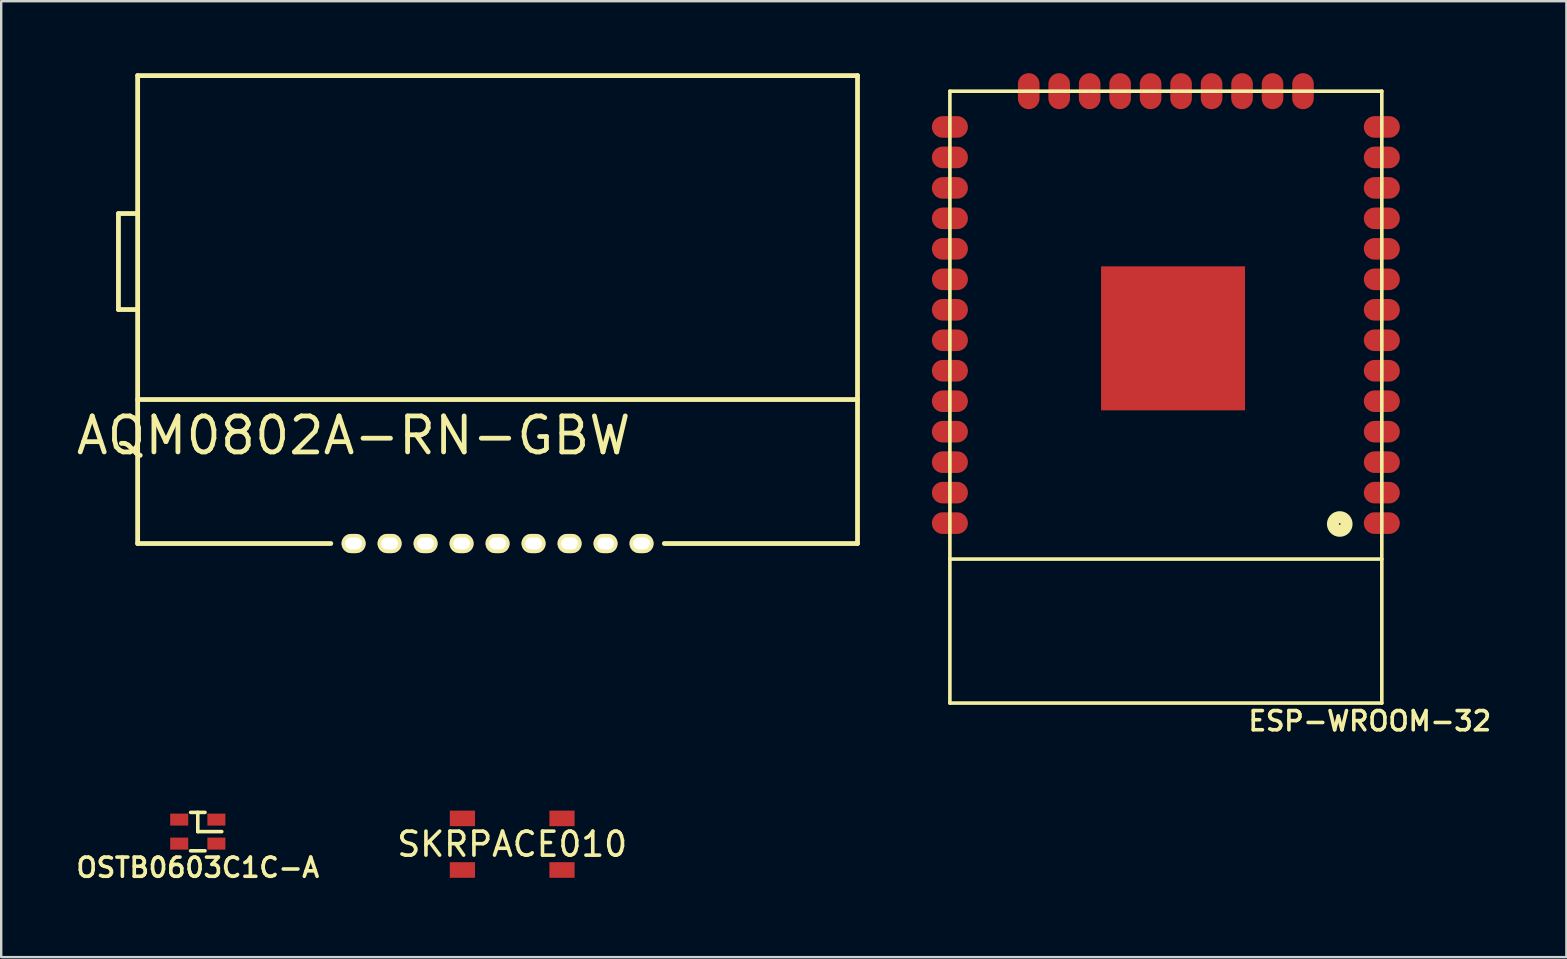
<source format=kicad_pcb>
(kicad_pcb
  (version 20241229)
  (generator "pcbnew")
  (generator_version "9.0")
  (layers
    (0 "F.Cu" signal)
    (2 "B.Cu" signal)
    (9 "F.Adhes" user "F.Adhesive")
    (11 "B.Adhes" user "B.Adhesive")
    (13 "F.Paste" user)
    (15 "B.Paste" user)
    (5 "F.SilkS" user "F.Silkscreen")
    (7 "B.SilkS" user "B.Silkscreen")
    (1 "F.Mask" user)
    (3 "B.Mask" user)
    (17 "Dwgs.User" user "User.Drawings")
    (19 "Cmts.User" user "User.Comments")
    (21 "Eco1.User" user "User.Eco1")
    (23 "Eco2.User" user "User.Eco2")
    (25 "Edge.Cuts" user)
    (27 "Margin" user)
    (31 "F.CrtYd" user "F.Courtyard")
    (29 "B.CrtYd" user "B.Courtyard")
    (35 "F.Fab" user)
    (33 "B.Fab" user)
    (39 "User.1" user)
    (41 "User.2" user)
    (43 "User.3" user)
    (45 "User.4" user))
  (footprint "SKRPACE010"
    (layer "F.Cu")
    (at 18.296 32.131)
    (property "Reference" "SKRPACE010" (at 0 0 0) (layer "F.SilkS") (effects (font (size 1 1) (thickness 0.15))))
    (attr through_hole)
    (pad "1" smd rect (at -2.075 -1.075) (size 1.05 0.65) (layers "F.Cu" "F.Mask" "F.Paste"))
    (pad "1" smd rect (at 2.075 -1.075) (size 1.05 0.65) (layers "F.Cu" "F.Mask" "F.Paste"))
    (pad "2" smd rect (at -2.075 1.075) (size 1.05 0.65) (layers "F.Cu" "F.Mask" "F.Paste"))
    (pad "2" smd rect (at 2.075 1.075) (size 1.05 0.65) (layers "F.Cu" "F.Mask" "F.Paste")))
  (footprint "OSTB0603C1C-A"
    (layer "F.Cu")
    (at 5.193 31.606)
    (property "Reference" "OSTB0603C1C-A" (at 0 1.5 0) (layer "F.SilkS") (effects (font (size 0.8 0.8) (thickness 0.15))))
    (attr through_hole)
    (fp_line (start -0.3 -0.8) (end 0.3 -0.8) (stroke (width 0.15) (type solid)) (layer "F.SilkS"))
    (fp_line (start -0.3 0.8) (end 0.3 0.8) (stroke (width 0.15) (type solid)) (layer "F.SilkS"))
    (fp_line (start 0 -0.8) (end 0 0) (stroke (width 0.15) (type solid)) (layer "F.SilkS"))
    (fp_line (start 1 0) (end 0 0) (stroke (width 0.15) (type solid)) (layer "F.SilkS"))
    (pad "1" smd rect (at 0.775 -0.5) (size 0.75 0.5) (layers "F.Cu" "F.Mask" "F.Paste"))
    (pad "2" smd rect (at 0.775 0.5) (size 0.75 0.5) (layers "F.Cu" "F.Mask" "F.Paste"))
    (pad "3" smd rect (at -0.775 -0.5) (size 0.75 0.5) (layers "F.Cu" "F.Mask" "F.Paste"))
    (pad "4" smd rect (at -0.775 0.5) (size 0.75 0.5) (layers "F.Cu" "F.Mask" "F.Paste")))
  (footprint "ESP-WROOM-32"
    (layer "F.Cu")
    (at 45.536 13.5)
    (property "Reference" "ESP-WROOM-32" (at 8.5 13.5 180) (layer "F.SilkS") (effects (font (size 0.8 0.8) (thickness 0.15))))
    (attr through_hole)
    (fp_line (start -9 -12.75) (end 9 -12.75) (stroke (width 0.15) (type solid)) (layer "F.SilkS"))
    (fp_line (start -9 6.75) (end 9 6.75) (stroke (width 0.15) (type solid)) (layer "F.SilkS"))
    (fp_line (start -9 12.75) (end -9 -12.75) (stroke (width 0.15) (type solid)) (layer "F.SilkS"))
    (fp_line (start -9 12.75) (end 9 12.75) (stroke (width 0.15) (type solid)) (layer "F.SilkS"))
    (fp_line (start 9 12.75) (end 9 -12.75) (stroke (width 0.15) (type solid)) (layer "F.SilkS"))
    (fp_circle (center 7.247 5.287) (end 7.374 5.541) (stroke (width 0.5) (type solid)) (fill no) (layer "F.SilkS"))
    (pad "1" smd oval (at 9 5.25) (size 1.5 0.9) (layers "F.Cu" "F.Mask" "F.Paste"))
    (pad "2" smd oval (at 9 3.98) (size 1.5 0.9) (layers "F.Cu" "F.Mask" "F.Paste"))
    (pad "3" smd oval (at 9 2.71) (size 1.5 0.9) (layers "F.Cu" "F.Mask" "F.Paste"))
    (pad "4" smd oval (at 9 1.44) (size 1.5 0.9) (layers "F.Cu" "F.Mask" "F.Paste"))
    (pad "5" smd oval (at 9 0.17) (size 1.5 0.9) (layers "F.Cu" "F.Mask" "F.Paste"))
    (pad "6" smd oval (at 9 -1.1) (size 1.5 0.9) (layers "F.Cu" "F.Mask" "F.Paste"))
    (pad "7" smd oval (at 9 -2.37) (size 1.5 0.9) (layers "F.Cu" "F.Mask" "F.Paste"))
    (pad "8" smd oval (at 9 -3.64) (size 1.5 0.9) (layers "F.Cu" "F.Mask" "F.Paste"))
    (pad "9" smd oval (at 9 -4.91) (size 1.5 0.9) (layers "F.Cu" "F.Mask" "F.Paste"))
    (pad "10" smd oval (at 9 -6.18) (size 1.5 0.9) (layers "F.Cu" "F.Mask" "F.Paste"))
    (pad "11" smd oval (at 9 -7.45) (size 1.5 0.9) (layers "F.Cu" "F.Mask" "F.Paste"))
    (pad "12" smd oval (at 9 -8.72) (size 1.5 0.9) (layers "F.Cu" "F.Mask" "F.Paste"))
    (pad "13" smd oval (at 9 -9.99) (size 1.5 0.9) (layers "F.Cu" "F.Mask" "F.Paste"))
    (pad "14" smd oval (at 9 -11.26) (size 1.5 0.9) (layers "F.Cu" "F.Mask" "F.Paste"))
    (pad "15" smd oval (at 5.715 -12.75) (size 0.9 1.5) (layers "F.Cu" "F.Mask" "F.Paste"))
    (pad "16" smd oval (at 4.445 -12.75) (size 0.9 1.5) (layers "F.Cu" "F.Mask" "F.Paste"))
    (pad "17" smd oval (at 3.175 -12.75) (size 0.9 1.5) (layers "F.Cu" "F.Mask" "F.Paste"))
    (pad "18" smd oval (at 1.905 -12.75) (size 0.9 1.5) (layers "F.Cu" "F.Mask" "F.Paste"))
    (pad "19" smd oval (at 0.635 -12.75) (size 0.9 1.5) (layers "F.Cu" "F.Mask" "F.Paste"))
    (pad "20" smd oval (at -0.635 -12.75) (size 0.9 1.5) (layers "F.Cu" "F.Mask" "F.Paste"))
    (pad "21" smd oval (at -1.905 -12.75) (size 0.9 1.5) (layers "F.Cu" "F.Mask" "F.Paste"))
    (pad "22" smd oval (at -3.175 -12.75) (size 0.9 1.5) (layers "F.Cu" "F.Mask" "F.Paste"))
    (pad "23" smd oval (at -4.445 -12.75) (size 0.9 1.5) (layers "F.Cu" "F.Mask" "F.Paste"))
    (pad "24" smd oval (at -5.715 -12.75) (size 0.9 1.5) (layers "F.Cu" "F.Mask" "F.Paste"))
    (pad "25" smd oval (at -9 -11.26) (size 1.5 0.9) (layers "F.Cu" "F.Mask" "F.Paste"))
    (pad "26" smd oval (at -9 -9.99) (size 1.5 0.9) (layers "F.Cu" "F.Mask" "F.Paste"))
    (pad "27" smd oval (at -9 -8.72) (size 1.5 0.9) (layers "F.Cu" "F.Mask" "F.Paste"))
    (pad "28" smd oval (at -9 -7.45) (size 1.5 0.9) (layers "F.Cu" "F.Mask" "F.Paste"))
    (pad "29" smd oval (at -9 -6.18) (size 1.5 0.9) (layers "F.Cu" "F.Mask" "F.Paste"))
    (pad "30" smd oval (at -9 -4.91) (size 1.5 0.9) (layers "F.Cu" "F.Mask" "F.Paste"))
    (pad "31" smd oval (at -9 -3.64) (size 1.5 0.9) (layers "F.Cu" "F.Mask" "F.Paste"))
    (pad "32" smd oval (at -9 -2.37) (size 1.5 0.9) (layers "F.Cu" "F.Mask" "F.Paste"))
    (pad "33" smd oval (at -9 -1.1) (size 1.5 0.9) (layers "F.Cu" "F.Mask" "F.Paste"))
    (pad "34" smd oval (at -9 0.17) (size 1.5 0.9) (layers "F.Cu" "F.Mask" "F.Paste"))
    (pad "35" smd oval (at -9 1.44) (size 1.5 0.9) (layers "F.Cu" "F.Mask" "F.Paste"))
    (pad "36" smd oval (at -9 2.71) (size 1.5 0.9) (layers "F.Cu" "F.Mask" "F.Paste"))
    (pad "37" smd oval (at -9 3.98) (size 1.5 0.9) (layers "F.Cu" "F.Mask" "F.Paste"))
    (pad "38" smd oval (at -9 5.25) (size 1.5 0.9) (layers "F.Cu" "F.Mask" "F.Paste"))
    (pad "39" smd rect (at 0.3 -2.45) (size 6 6) (layers "F.Cu" "F.Mask" "F.Paste")))
  (footprint "AQM0802A-RN-GBW"
    (layer "F.Cu")
    (at 17.686 19.6)
    (property "Reference" "AQM0802A-RN-GBW" (at -6 -4.5 0) (layer "F.SilkS") (effects (font (size 1.5 1.5) (thickness 0.2))))
    (attr through_hole)
    (fp_line (start -15.8 -13.75) (end -15 -13.75) (stroke (width 0.2) (type solid)) (layer "F.SilkS"))
    (fp_line (start -15.8 -9.75) (end -15.8 -13.75) (stroke (width 0.2) (type solid)) (layer "F.SilkS"))
    (fp_line (start -15 -19.5) (end 15 -19.5) (stroke (width 0.2) (type solid)) (layer "F.SilkS"))
    (fp_line (start -15 -9.75) (end -15.8 -9.75) (stroke (width 0.2) (type solid)) (layer "F.SilkS"))
    (fp_line (start -15 -6) (end 15 -6) (stroke (width 0.2) (type solid)) (layer "F.SilkS"))
    (fp_line (start -15 0) (end -15 -19.5) (stroke (width 0.2) (type solid)) (layer "F.SilkS"))
    (fp_line (start -15 0) (end -6.95 0) (stroke (width 0.2) (type solid)) (layer "F.SilkS"))
    (fp_line (start 15 -19.5) (end 15 0) (stroke (width 0.2) (type solid)) (layer "F.SilkS"))
    (fp_line (start 15 0) (end 6.95 0) (stroke (width 0.2) (type solid)) (layer "F.SilkS"))
    (pad "1" thru_hole oval (at -6 0) (size 1 0.8) (drill oval 0.7 0.5) (layers "*.Cu" "*.Mask" "F.SilkS"))
    (pad "2" thru_hole oval (at -4.5 0) (size 1 0.8) (drill oval 0.7 0.5) (layers "*.Cu" "*.Mask" "F.SilkS"))
    (pad "3" thru_hole oval (at -3 0) (size 1 0.8) (drill oval 0.7 0.5) (layers "*.Cu" "*.Mask" "F.SilkS"))
    (pad "4" thru_hole oval (at -1.5 0) (size 1 0.8) (drill oval 0.7 0.5) (layers "*.Cu" "*.Mask" "F.SilkS"))
    (pad "5" thru_hole oval (at 0 0) (size 1 0.8) (drill oval 0.7 0.5) (layers "*.Cu" "*.Mask" "F.SilkS"))
    (pad "6" thru_hole oval (at 1.5 0) (size 1 0.8) (drill oval 0.7 0.5) (layers "*.Cu" "*.Mask" "F.SilkS"))
    (pad "7" thru_hole oval (at 3 0) (size 1 0.8) (drill oval 0.7 0.5) (layers "*.Cu" "*.Mask" "F.SilkS"))
    (pad "8" thru_hole oval (at 4.5 0) (size 1 0.8) (drill oval 0.7 0.5) (layers "*.Cu" "*.Mask" "F.SilkS"))
    (pad "9" thru_hole oval (at 6 0) (size 1 0.8) (drill oval 0.7 0.5) (layers "*.Cu" "*.Mask" "F.SilkS")))
  (gr_rect
    (start -3 -3)
    (end 62.228 36.837)
    (stroke (width 0.1) (type default))
    (fill no)
    (layer "Edge.Cuts")))
</source>
